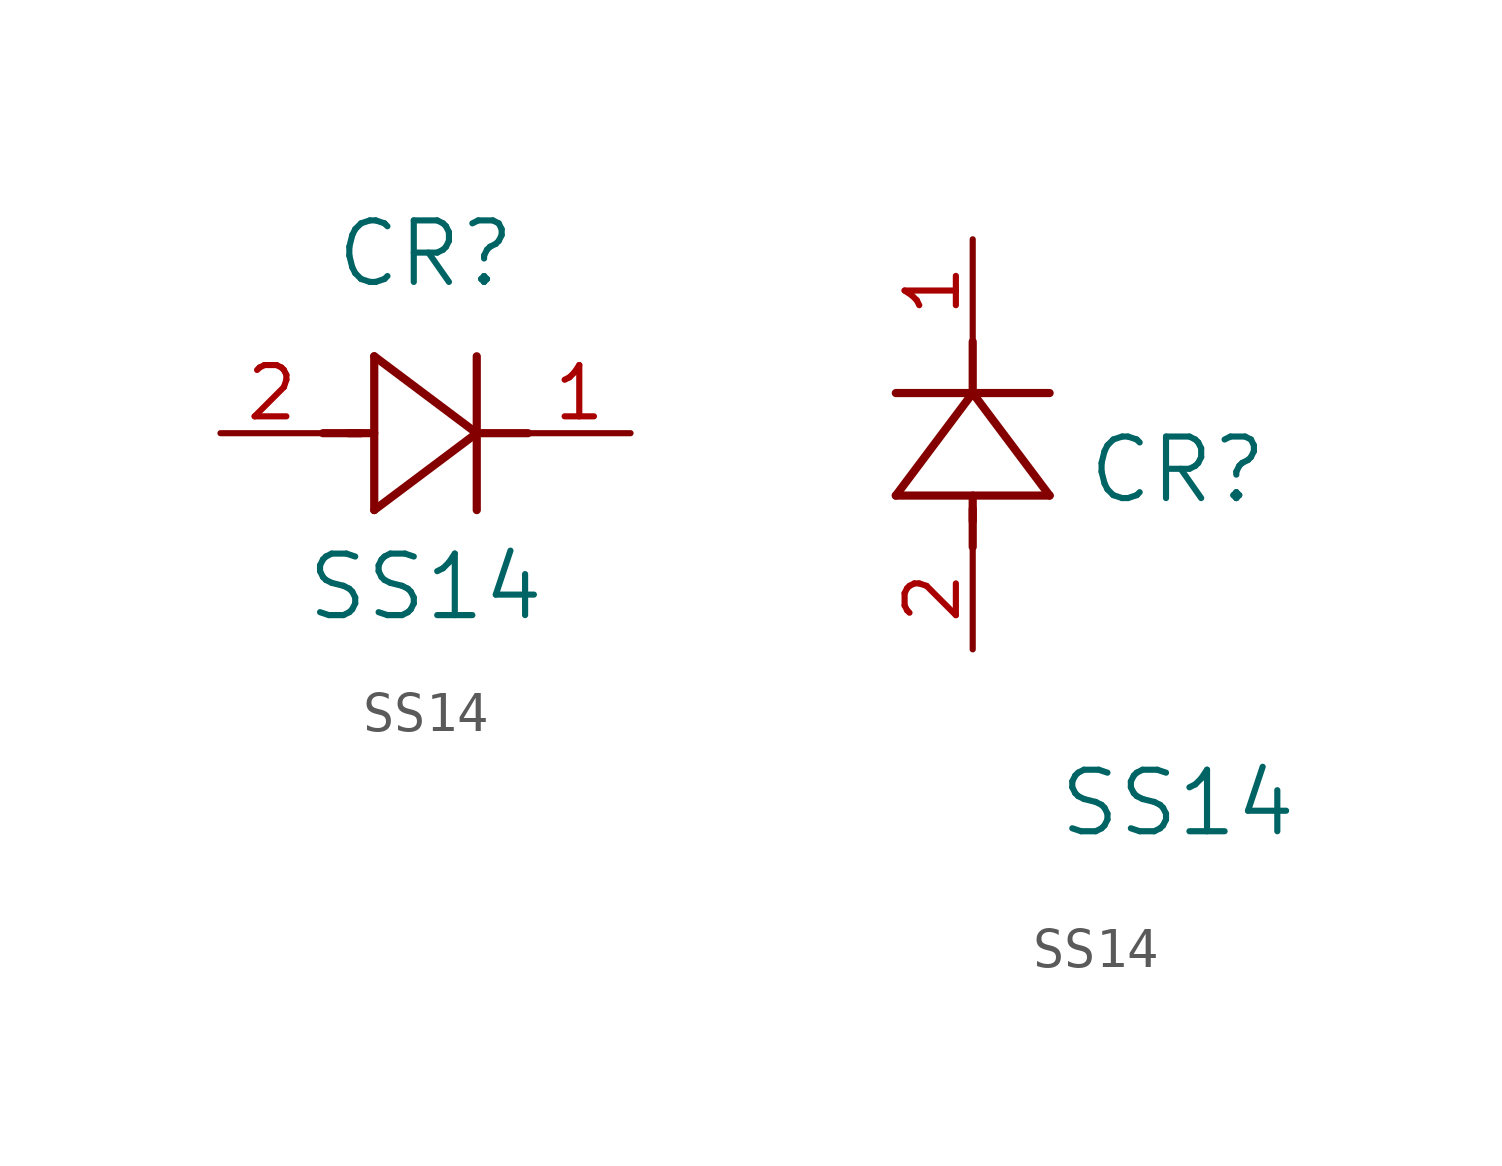
<source format=kicad_sym>
(kicad_symbol_lib
  (version 20211014)
  (generator kicad_symbol_editor)
  (symbol "SS14"
    (pin_names
      (offset 0.254))
    (property "Reference" "CR"
      (at 5.08 4.445 0)
      (effects (font (size 1.524 1.524))))
    (property "Value" "SS14"
      (at 5.08 -3.81 0)
      (effects (font (size 1.524 1.524))))
    (symbol "SS14_1_1"
      (polyline (pts (xy 2.54 0) (xy 3.48 0)) (stroke (width 0.203) (type default) (color 0 0 0 0)) (fill (type none)))
      (polyline (pts (xy 3.81 1.905) (xy 3.81 -1.905)) (stroke (width 0.203) (type default) (color 0 0 0 0)) (fill (type none)))
      (polyline (pts (xy 3.175 0) (xy 3.81 0)) (stroke (width 0.203) (type default) (color 0 0 0 0)) (fill (type none)))
      (polyline (pts (xy 6.35 -1.905) (xy 6.35 1.905)) (stroke (width 0.203) (type default) (color 0 0 0 0)) (fill (type none)))
      (polyline (pts (xy 6.35 0) (xy 7.62 0)) (stroke (width 0.203) (type default) (color 0 0 0 0)) (fill (type none)))
      (polyline (pts (xy 6.35 0) (xy 3.81 1.905)) (stroke (width 0.203) (type default) (color 0 0 0 0)) (fill (type none)))
      (polyline (pts (xy 3.81 -1.905) (xy 6.35 0)) (stroke (width 0.203) (type default) (color 0 0 0 0)) (fill (type none)))
      (pin unspecified line (at 10.16 0 180) (length 2.54) (name "" (effects (font (size 1.27 1.27)))) (number "1" (effects (font (size 1.27 1.27)))))
      (pin unspecified line (at 0 0 0) (length 2.54) (name "" (effects (font (size 1.27 1.27)))) (number "2" (effects (font (size 1.27 1.27))))))
    (symbol "SS14_1_2"
      (polyline (pts (xy 0 2.54) (xy 0 3.48)) (stroke (width 0.203) (type default) (color 0 0 0 0)) (fill (type none)))
      (polyline (pts (xy -1.905 3.81) (xy 1.905 3.81)) (stroke (width 0.203) (type default) (color 0 0 0 0)) (fill (type none)))
      (polyline (pts (xy 0 3.175) (xy 0 3.81)) (stroke (width 0.203) (type default) (color 0 0 0 0)) (fill (type none)))
      (polyline (pts (xy 1.905 6.35) (xy -1.905 6.35)) (stroke (width 0.203) (type default) (color 0 0 0 0)) (fill (type none)))
      (polyline (pts (xy 0 6.35) (xy 0 7.62)) (stroke (width 0.203) (type default) (color 0 0 0 0)) (fill (type none)))
      (polyline (pts (xy 0 6.35) (xy -1.905 3.81)) (stroke (width 0.203) (type default) (color 0 0 0 0)) (fill (type none)))
      (polyline (pts (xy 1.905 3.81) (xy 0 6.35)) (stroke (width 0.203) (type default) (color 0 0 0 0)) (fill (type none)))
      (pin unspecified line (at 0 10.16 270) (length 2.54) (name "" (effects (font (size 1.27 1.27)))) (number "1" (effects (font (size 1.27 1.27)))))
      (pin unspecified line (at 0 0 90) (length 2.54) (name "" (effects (font (size 1.27 1.27)))) (number "2" (effects (font (size 1.27 1.27))))))))
</source>
